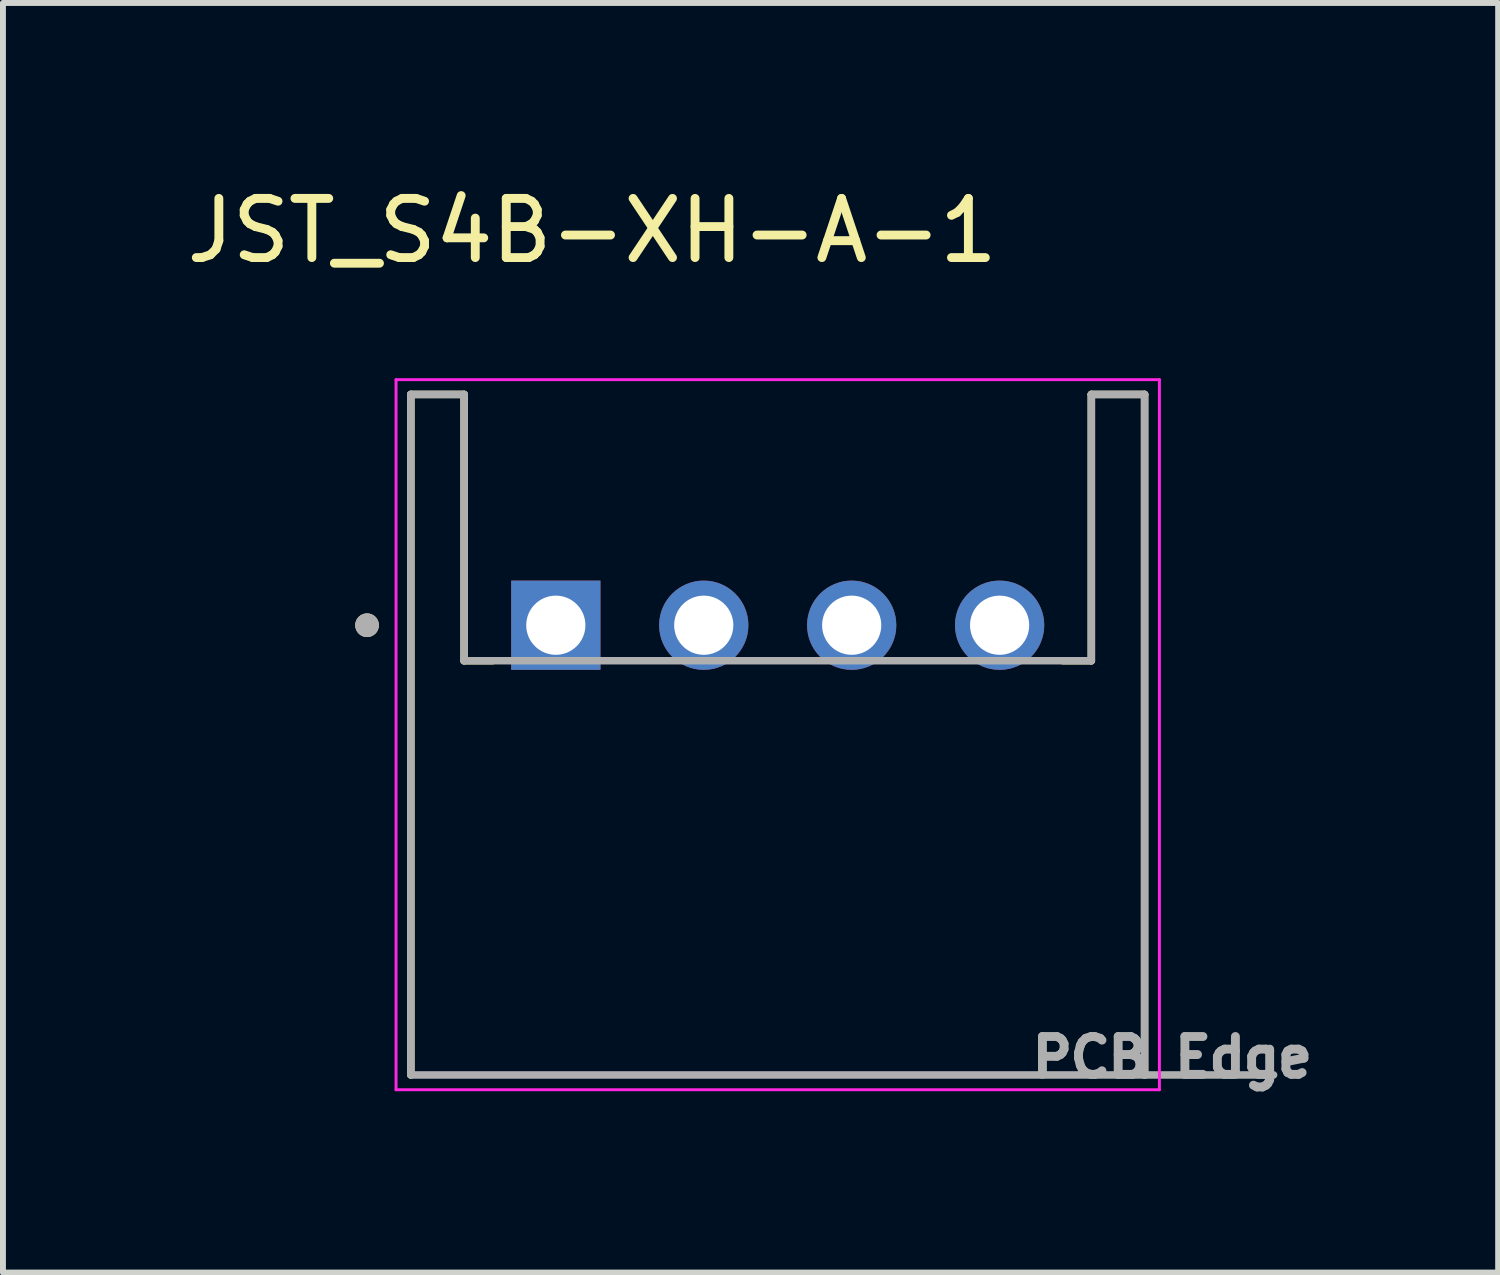
<source format=kicad_pcb>
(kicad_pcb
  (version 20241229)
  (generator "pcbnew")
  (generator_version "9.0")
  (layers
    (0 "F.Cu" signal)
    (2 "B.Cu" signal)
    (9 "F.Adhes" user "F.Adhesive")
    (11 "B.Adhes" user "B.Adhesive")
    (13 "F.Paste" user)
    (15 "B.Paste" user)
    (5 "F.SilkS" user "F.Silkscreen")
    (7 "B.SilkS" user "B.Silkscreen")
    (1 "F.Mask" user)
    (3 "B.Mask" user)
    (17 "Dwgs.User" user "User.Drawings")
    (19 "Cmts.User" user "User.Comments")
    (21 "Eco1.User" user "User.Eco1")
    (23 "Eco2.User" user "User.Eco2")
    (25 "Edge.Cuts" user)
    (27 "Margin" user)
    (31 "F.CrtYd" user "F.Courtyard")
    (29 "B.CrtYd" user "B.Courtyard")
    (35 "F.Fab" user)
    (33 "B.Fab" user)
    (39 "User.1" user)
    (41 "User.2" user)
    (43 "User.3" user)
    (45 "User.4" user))
  (footprint "JST_S4B-XH-A-1"
    (layer "F.Cu")
    (at 10.093 9.366)
    (property "Reference" "JST_S4B-XH-A-1" (at -3.135 -8.518 0) (layer "F.SilkS") (effects (font (size 1 1) (thickness 0.15))))
    (attr through_hole)
    (fp_line (start -6.2 -5.75) (end -6.2 5.75) (stroke (width 0.127) (type solid)) (layer "F.SilkS"))
    (fp_line (start -5.3 -5.75) (end -6.2 -5.75) (stroke (width 0.127) (type solid)) (layer "F.SilkS"))
    (fp_line (start -5.3 -1.25) (end -5.3 -5.75) (stroke (width 0.127) (type solid)) (layer "F.SilkS"))
    (fp_line (start -4.82 -1.25) (end -5.3 -1.25) (stroke (width 0.127) (type solid)) (layer "F.SilkS"))
    (fp_line (start 5.3 -5.75) (end 5.3 -1.25) (stroke (width 0.127) (type solid)) (layer "F.SilkS"))
    (fp_line (start 5.3 -1.25) (end 4.82 -1.25) (stroke (width 0.127) (type solid)) (layer "F.SilkS"))
    (fp_line (start 6.2 -5.75) (end 5.3 -5.75) (stroke (width 0.127) (type solid)) (layer "F.SilkS"))
    (fp_line (start 6.2 5.75) (end 6.2 -5.75) (stroke (width 0.127) (type solid)) (layer "F.SilkS"))
    (fp_circle (center -6.94 -1.85) (end -6.84 -1.85) (stroke (width 0.2) (type solid)) (fill no) (layer "F.SilkS"))
    (fp_line (start -6.45 -6) (end -6.45 6) (stroke (width 0.05) (type solid)) (layer "F.CrtYd"))
    (fp_line (start -6.45 6) (end 6.45 6) (stroke (width 0.05) (type solid)) (layer "F.CrtYd"))
    (fp_line (start 6.45 -6) (end -6.45 -6) (stroke (width 0.05) (type solid)) (layer "F.CrtYd"))
    (fp_line (start 6.45 6) (end 6.45 -6) (stroke (width 0.05) (type solid)) (layer "F.CrtYd"))
    (fp_line (start -6.2 -5.75) (end -6.2 5.75) (stroke (width 0.127) (type solid)) (layer "F.Fab"))
    (fp_line (start -6.2 5.75) (end 6.2 5.75) (stroke (width 0.127) (type solid)) (layer "F.Fab"))
    (fp_line (start -5.3 -5.75) (end -6.2 -5.75) (stroke (width 0.127) (type solid)) (layer "F.Fab"))
    (fp_line (start -5.3 -1.25) (end -5.3 -5.75) (stroke (width 0.127) (type solid)) (layer "F.Fab"))
    (fp_line (start 5.3 -5.75) (end 5.3 -1.25) (stroke (width 0.127) (type solid)) (layer "F.Fab"))
    (fp_line (start 5.3 -1.25) (end -5.3 -1.25) (stroke (width 0.127) (type solid)) (layer "F.Fab"))
    (fp_line (start 6.2 -5.75) (end 5.3 -5.75) (stroke (width 0.127) (type solid)) (layer "F.Fab"))
    (fp_line (start 6.2 5.75) (end 6.2 -5.75) (stroke (width 0.127) (type solid)) (layer "F.Fab"))
    (fp_line (start 6.2 5.75) (end 8.38 5.75) (stroke (width 0.127) (type solid)) (layer "F.Fab"))
    (fp_circle (center -6.94 -1.85) (end -6.84 -1.85) (stroke (width 0.2) (type solid)) (fill no) (layer "F.Fab"))
    (fp_text user "PCB Edge" (at 6.668 5.452 0) (layer "F.Fab") (effects (font (size 0.64 0.64) (thickness 0.15))))
    (pad "1" thru_hole rect (at -3.75 -1.85) (size 1.508 1.508) (drill 1) (layers "*.Cu" "*.Mask"))
    (pad "2" thru_hole circle (at -1.25 -1.85) (size 1.508 1.508) (drill 1) (layers "*.Cu" "*.Mask"))
    (pad "3" thru_hole circle (at 1.25 -1.85) (size 1.508 1.508) (drill 1) (layers "*.Cu" "*.Mask"))
    (pad "4" thru_hole circle (at 3.75 -1.85) (size 1.508 1.508) (drill 1) (layers "*.Cu" "*.Mask")))
  (gr_rect
    (start -3 -3)
    (end 22.268 18.456)
    (stroke (width 0.1) (type default))
    (fill no)
    (layer "Edge.Cuts")))
</source>
